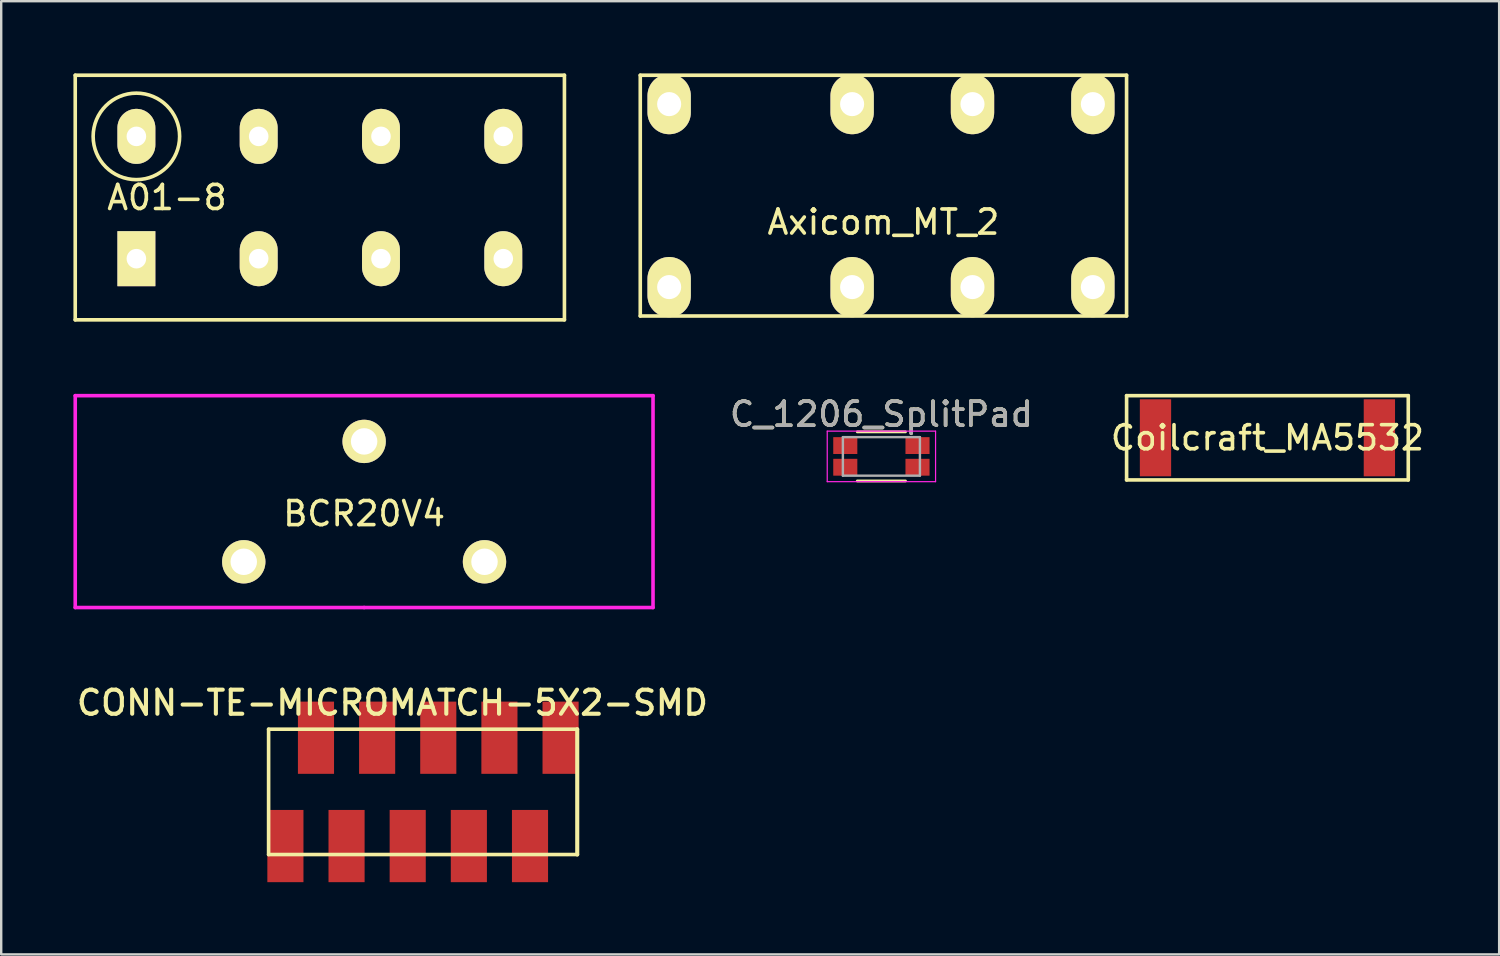
<source format=kicad_pcb>
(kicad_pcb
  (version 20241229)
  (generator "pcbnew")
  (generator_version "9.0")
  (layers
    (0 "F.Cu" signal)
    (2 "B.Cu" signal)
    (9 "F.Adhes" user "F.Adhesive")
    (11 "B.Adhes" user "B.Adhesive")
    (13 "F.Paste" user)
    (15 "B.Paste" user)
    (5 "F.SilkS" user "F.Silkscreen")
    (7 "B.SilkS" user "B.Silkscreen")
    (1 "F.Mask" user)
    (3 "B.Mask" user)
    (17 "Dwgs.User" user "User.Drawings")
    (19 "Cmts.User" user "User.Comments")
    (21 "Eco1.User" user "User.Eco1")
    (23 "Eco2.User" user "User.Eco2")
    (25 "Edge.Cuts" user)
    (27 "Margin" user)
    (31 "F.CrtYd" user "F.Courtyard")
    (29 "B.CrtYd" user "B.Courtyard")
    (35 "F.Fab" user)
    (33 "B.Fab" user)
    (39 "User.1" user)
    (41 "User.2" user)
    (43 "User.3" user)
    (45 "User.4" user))
  (footprint "CONN-TE-MICROMATCH-5X2-SMD"
    (layer "F.Cu")
    (at 14.52 29.843)
    (property "Reference" "CONN-TE-MICROMATCH-5X2-SMD" (at -1.27 -3.7 0) (layer "F.SilkS") (effects (font (size 1 1) (thickness 0.17))))
    (attr through_hole)
    (fp_line (start -6.413 2.603) (end -6.413 -2.603) (stroke (width 0.15) (type solid)) (layer "F.SilkS"))
    (fp_line (start -6.413 2.603) (end 6.413 2.603) (stroke (width 0.15) (type solid)) (layer "F.SilkS"))
    (fp_line (start 6.407 2.6) (end 6.407 -2.6) (stroke (width 0.17) (type solid)) (layer "F.SilkS"))
    (fp_line (start 6.413 -2.603) (end -6.413 -2.603) (stroke (width 0.15) (type solid)) (layer "F.SilkS"))
    (pad "1" smd rect (at 5.715 -2.25) (size 1.5 3) (layers "F.Cu" "F.Mask" "F.Paste"))
    (pad "2" smd rect (at 4.445 2.25) (size 1.5 3) (layers "F.Cu" "F.Mask" "F.Paste"))
    (pad "3" smd rect (at 3.175 -2.25) (size 1.5 3) (layers "F.Cu" "F.Mask" "F.Paste"))
    (pad "4" smd rect (at 1.905 2.25) (size 1.5 3) (layers "F.Cu" "F.Mask" "F.Paste"))
    (pad "5" smd rect (at 0.635 -2.25) (size 1.5 3) (layers "F.Cu" "F.Mask" "F.Paste"))
    (pad "6" smd rect (at -0.635 2.25) (size 1.5 3) (layers "F.Cu" "F.Mask" "F.Paste"))
    (pad "7" smd rect (at -1.905 -2.25) (size 1.5 3) (layers "F.Cu" "F.Mask" "F.Paste"))
    (pad "8" smd rect (at -3.175 2.25) (size 1.5 3) (layers "F.Cu" "F.Mask" "F.Paste"))
    (pad "9" smd rect (at -4.445 -2.25) (size 1.5 3) (layers "F.Cu" "F.Mask" "F.Paste"))
    (pad "10" smd rect (at -5.715 2.25) (size 1.5 3) (layers "F.Cu" "F.Mask" "F.Paste")))
  (footprint "C_1206_SplitPad"
    (layer "F.Cu")
    (at 33.561 15.908)
    (property "Reference" "C_1206_SplitPad" (at 0 -1.75 0) (layer "F.SilkS") (effects (font (size 1 1) (thickness 0.15))))
    (attr smd)
    (fp_line (start -1 1.02) (end 1 1.02) (stroke (width 0.12) (type solid)) (layer "F.SilkS"))
    (fp_line (start 1 -1.02) (end -1 -1.02) (stroke (width 0.12) (type solid)) (layer "F.SilkS"))
    (fp_line (start -2.25 -1.05) (end -2.25 1.05) (stroke (width 0.05) (type solid)) (layer "F.CrtYd"))
    (fp_line (start -2.25 -1.05) (end 2.25 -1.05) (stroke (width 0.05) (type solid)) (layer "F.CrtYd"))
    (fp_line (start 2.25 1.05) (end -2.25 1.05) (stroke (width 0.05) (type solid)) (layer "F.CrtYd"))
    (fp_line (start 2.25 1.05) (end 2.25 -1.05) (stroke (width 0.05) (type solid)) (layer "F.CrtYd"))
    (fp_line (start -1.6 -0.8) (end 1.6 -0.8) (stroke (width 0.1) (type solid)) (layer "F.Fab"))
    (fp_line (start -1.6 0.8) (end -1.6 -0.8) (stroke (width 0.1) (type solid)) (layer "F.Fab"))
    (fp_line (start 1.6 -0.8) (end 1.6 0.8) (stroke (width 0.1) (type solid)) (layer "F.Fab"))
    (fp_line (start 1.6 0.8) (end -1.6 0.8) (stroke (width 0.1) (type solid)) (layer "F.Fab"))
    (fp_text user "${REFERENCE}" (at 0 -1.75 0) (layer "F.Fab") (effects (font (size 1 1) (thickness 0.15))))
    (pad "1" smd rect (at -1.5 -0.45) (size 1 0.7) (layers "F.Cu" "F.Mask" "F.Paste"))
    (pad "2" smd rect (at -1.5 0.45) (size 1 0.7) (layers "F.Cu" "F.Mask" "F.Paste"))
    (pad "3" smd rect (at 1.5 -0.45) (size 1 0.7) (layers "F.Cu" "F.Mask" "F.Paste"))
    (pad "4" smd rect (at 1.5 0.45) (size 1 0.7) (layers "F.Cu" "F.Mask" "F.Paste")))
  (footprint "BCR20V4"
    (layer "F.Cu")
    (at 12.075 17.785)
    (property "Reference" "BCR20V4" (at 0 0.5 0) (layer "F.SilkS") (effects (font (size 1 1) (thickness 0.15))))
    (attr through_hole)
    (fp_line (start -12 -4.4) (end -12 4.4) (stroke (width 0.15) (type solid)) (layer "F.CrtYd"))
    (fp_line (start -12 4.4) (end 0 4.4) (stroke (width 0.15) (type solid)) (layer "F.CrtYd"))
    (fp_line (start 0 4.4) (end 12 4.4) (stroke (width 0.15) (type solid)) (layer "F.CrtYd"))
    (fp_line (start 12 -4.4) (end -12 -4.4) (stroke (width 0.15) (type solid)) (layer "F.CrtYd"))
    (fp_line (start 12 4.4) (end 12 -4.4) (stroke (width 0.15) (type solid)) (layer "F.CrtYd"))
    (pad "1" thru_hole circle (at -5 2.5) (size 1.8 1.8) (drill 1.1) (layers "*.Cu" "*.Mask" "F.SilkS"))
    (pad "1" thru_hole circle (at 5 2.5) (size 1.8 1.8) (drill 1.1) (layers "*.Cu" "*.Mask" "F.SilkS"))
    (pad "2" thru_hole circle (at 0 -2.5) (size 1.8 1.8) (drill 1.1) (layers "*.Cu" "*.Mask" "F.SilkS")))
  (footprint "A01-8"
    (layer "F.Cu")
    (at 10.235 5.155)
    (property "Reference" "A01-8" (at -6.35 0 180) (layer "F.SilkS") (effects (font (size 1 1) (thickness 0.15))))
    (attr through_hole)
    (fp_line (start -10.16 -5.08) (end 10.16 -5.08) (stroke (width 0.15) (type solid)) (layer "F.SilkS"))
    (fp_line (start -10.16 5.08) (end -10.16 -5.08) (stroke (width 0.15) (type solid)) (layer "F.SilkS"))
    (fp_line (start 10.16 -5.08) (end 10.16 5.08) (stroke (width 0.15) (type solid)) (layer "F.SilkS"))
    (fp_line (start 10.16 5.08) (end -10.16 5.08) (stroke (width 0.15) (type solid)) (layer "F.SilkS"))
    (fp_circle (center -7.62 -2.54) (end -6.35 -3.81) (stroke (width 0.15) (type solid)) (fill no) (layer "F.SilkS"))
    (pad "1" thru_hole rect (at -7.62 2.54) (size 1.575 2.286) (drill 0.813) (layers "*.Cu" "*.Mask" "F.SilkS"))
    (pad "2" thru_hole oval (at -7.62 -2.54) (size 1.575 2.286) (drill 0.813) (layers "*.Cu" "*.Mask" "F.SilkS"))
    (pad "3" thru_hole oval (at -2.54 2.54) (size 1.575 2.286) (drill 0.813) (layers "*.Cu" "*.Mask" "F.SilkS"))
    (pad "4" thru_hole oval (at -2.54 -2.54) (size 1.575 2.286) (drill 0.813) (layers "*.Cu" "*.Mask" "F.SilkS"))
    (pad "5" thru_hole oval (at 2.54 2.54) (size 1.575 2.286) (drill 0.813) (layers "*.Cu" "*.Mask" "F.SilkS"))
    (pad "6" thru_hole oval (at 2.54 -2.54) (size 1.575 2.286) (drill 0.813) (layers "*.Cu" "*.Mask" "F.SilkS"))
    (pad "7" thru_hole oval (at 7.62 2.54) (size 1.575 2.286) (drill 0.813) (layers "*.Cu" "*.Mask" "F.SilkS"))
    (pad "8" thru_hole oval (at 7.62 -2.54) (size 1.575 2.286) (drill 0.813) (layers "*.Cu" "*.Mask" "F.SilkS")))
  (footprint "Axicom_MT_2"
    (layer "F.Cu")
    (at 33.645 5.075)
    (property "Reference" "Axicom_MT_2" (at 0 1.1 0) (layer "F.SilkS") (effects (font (size 1 1) (thickness 0.15))))
    (attr through_hole)
    (fp_line (start -10.1 -5) (end -10.1 5) (stroke (width 0.15) (type solid)) (layer "F.SilkS"))
    (fp_line (start -10.1 5) (end 10.1 5) (stroke (width 0.15) (type solid)) (layer "F.SilkS"))
    (fp_line (start 10.1 -5) (end -10.1 -5) (stroke (width 0.15) (type solid)) (layer "F.SilkS"))
    (fp_line (start 10.1 5) (end 10.1 -5) (stroke (width 0.15) (type solid)) (layer "F.SilkS"))
    (pad "1" thru_hole oval (at -8.9 3.8 90) (size 2.5 1.8) (drill 1) (layers "*.Cu" "*.Mask" "F.SilkS"))
    (pad "4" thru_hole oval (at -1.3 3.8 90) (size 2.5 1.8) (drill 1) (layers "*.Cu" "*.Mask" "F.SilkS"))
    (pad "6" thru_hole oval (at 3.7 3.8 90) (size 2.5 1.8) (drill 1) (layers "*.Cu" "*.Mask" "F.SilkS"))
    (pad "8" thru_hole oval (at 8.7 3.8 90) (size 2.5 1.8) (drill 1) (layers "*.Cu" "*.Mask" "F.SilkS"))
    (pad "9" thru_hole oval (at 8.7 -3.8 90) (size 2.5 1.8) (drill 1) (layers "*.Cu" "*.Mask" "F.SilkS"))
    (pad "11" thru_hole oval (at 3.7 -3.8 90) (size 2.5 1.8) (drill 1) (layers "*.Cu" "*.Mask" "F.SilkS"))
    (pad "13" thru_hole oval (at -1.3 -3.8 90) (size 2.5 1.8) (drill 1) (layers "*.Cu" "*.Mask" "F.SilkS"))
    (pad "16" thru_hole oval (at -8.9 -3.8 90) (size 2.5 1.8) (drill 1) (layers "*.Cu" "*.Mask" "F.SilkS")))
  (footprint "Coilcraft_MA5532"
    (layer "F.Cu")
    (at 49.596 15.135)
    (property "Reference" "Coilcraft_MA5532" (at 0 0 0) (layer "F.SilkS") (effects (font (size 1 1) (thickness 0.15))))
    (attr through_hole)
    (fp_line (start -5.85 1.75) (end -5.85 -1.75) (stroke (width 0.15) (type solid)) (layer "F.SilkS"))
    (fp_line (start 5.85 -1.75) (end -5.85 -1.75) (stroke (width 0.15) (type solid)) (layer "F.SilkS"))
    (fp_line (start 5.85 -1.75) (end 5.85 1.75) (stroke (width 0.15) (type solid)) (layer "F.SilkS"))
    (fp_line (start 5.85 1.75) (end -5.85 1.75) (stroke (width 0.15) (type solid)) (layer "F.SilkS"))
    (pad "1" smd rect (at -4.65 0) (size 1.3 3.2) (layers "F.Cu" "F.Mask" "F.Paste"))
    (pad "2" smd rect (at 4.65 0) (size 1.3 3.2) (layers "F.Cu" "F.Mask" "F.Paste")))
  (gr_rect
    (start -3 -3)
    (end 59.221 36.593)
    (stroke (width 0.1) (type default))
    (fill no)
    (layer "Edge.Cuts")))
</source>
